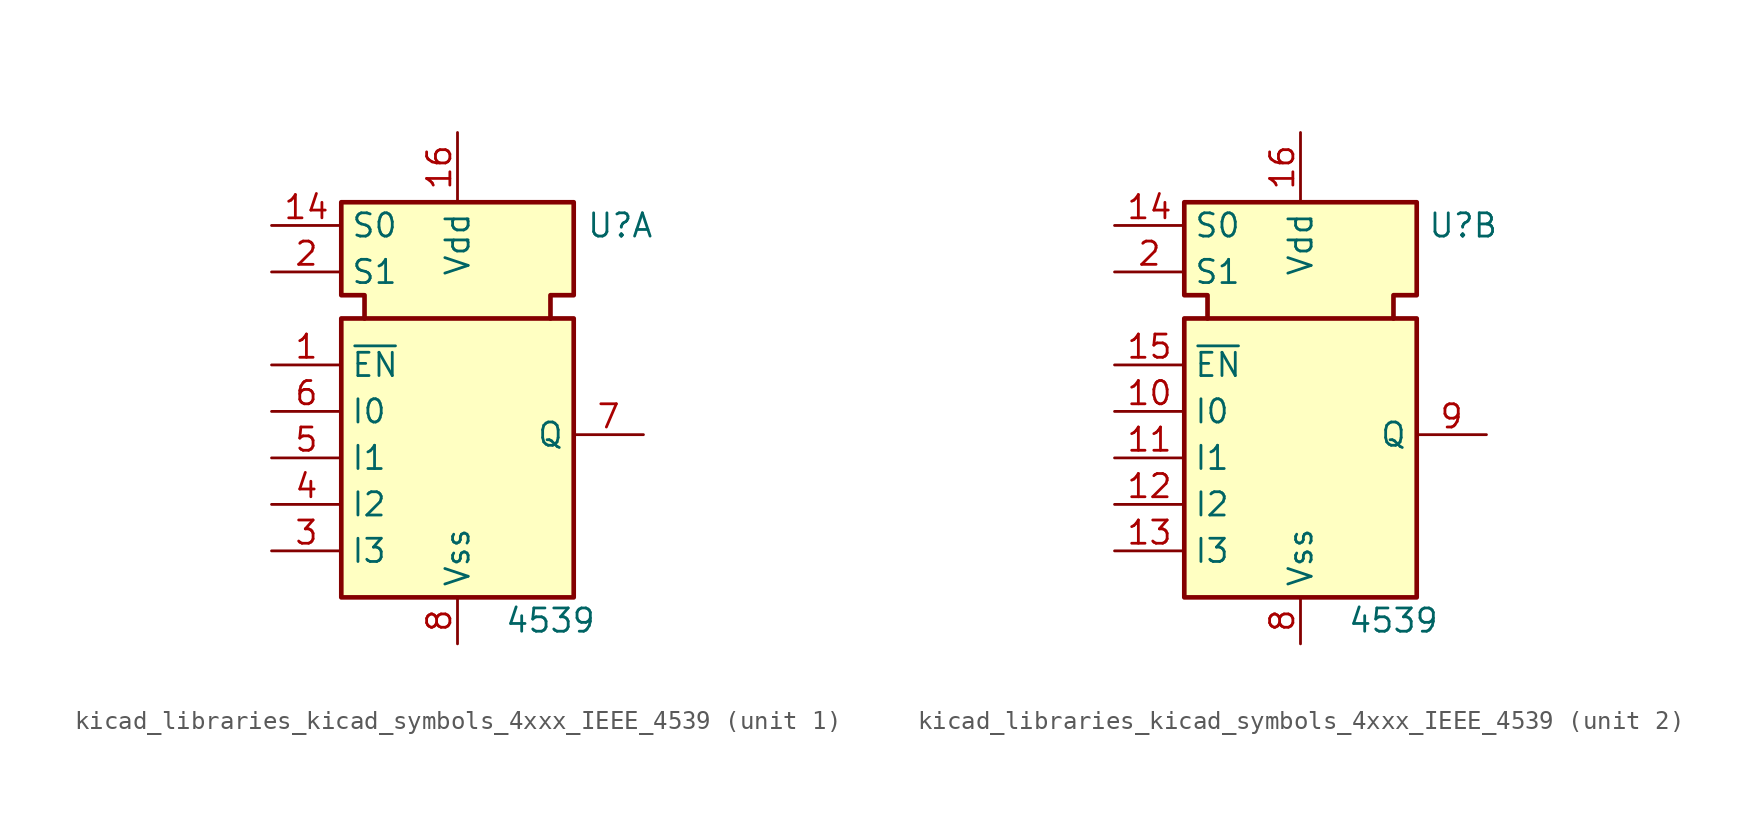
<source format=kicad_sym>
(kicad_symbol_lib
  (version 20220914)
  (generator kicad_symbol_editor)
  (symbol "kicad_libraries_kicad_symbols_4xxx_IEEE_4539"
    (property "Reference" "U"
      (at 8.89 10.16 0)
      (effects (font (size 1.27 1.27))))
    (property "Value" "4539"
      (at 5.08 -11.43 0)
      (effects (font (size 1.27 1.27))))
    (symbol "kicad_libraries_kicad_symbols_4xxx_IEEE_4539_0_1"
      (rectangle (start -6.35 5.08) (end 6.35 -10.16) (stroke (width 0.254) (type default)) (fill (type background)))
      (polyline (pts (xy -5.08 5.08) (xy -5.08 6.35) (xy -6.35 6.35) (xy -6.35 11.43) (xy 6.35 11.43) (xy 6.35 6.35) (xy 5.08 6.35) (xy 5.08 5.08) (xy 5.08 5.08)) (stroke (width 0.254) (type default)) (fill (type background)))
      (pin input line (at -10.16 10.16 0) (length 3.81) (name "S0" (effects (font (size 1.27 1.27)))) (number "14" (effects (font (size 1.27 1.27)))))
      (pin power_in line (at 0 15.24 270) (length 3.81) (name "Vdd" (effects (font (size 1.27 1.27)))) (number "16" (effects (font (size 1.27 1.27)))))
      (pin input line (at -10.16 7.62 0) (length 3.81) (name "S1" (effects (font (size 1.27 1.27)))) (number "2" (effects (font (size 1.27 1.27)))))
      (pin power_in line (at 0 -12.7 90) (length 2.54) (name "Vss" (effects (font (size 1.27 1.27)))) (number "8" (effects (font (size 1.27 1.27))))))
    (symbol "kicad_libraries_kicad_symbols_4xxx_IEEE_4539_1_1"
      (pin input line (at -10.16 2.54 0) (length 3.81) (name "~{EN}" (effects (font (size 1.27 1.27)))) (number "1" (effects (font (size 1.27 1.27)))))
      (pin input line (at -10.16 -7.62 0) (length 3.81) (name "I3" (effects (font (size 1.27 1.27)))) (number "3" (effects (font (size 1.27 1.27)))))
      (pin input line (at -10.16 -5.08 0) (length 3.81) (name "I2" (effects (font (size 1.27 1.27)))) (number "4" (effects (font (size 1.27 1.27)))))
      (pin input line (at -10.16 -2.54 0) (length 3.81) (name "I1" (effects (font (size 1.27 1.27)))) (number "5" (effects (font (size 1.27 1.27)))))
      (pin input line (at -10.16 0 0) (length 3.81) (name "I0" (effects (font (size 1.27 1.27)))) (number "6" (effects (font (size 1.27 1.27)))))
      (pin output line (at 10.16 -1.27 180) (length 3.81) (name "Q" (effects (font (size 1.27 1.27)))) (number "7" (effects (font (size 1.27 1.27))))))
    (symbol "kicad_libraries_kicad_symbols_4xxx_IEEE_4539_2_1"
      (pin input line (at -10.16 0 0) (length 3.81) (name "I0" (effects (font (size 1.27 1.27)))) (number "10" (effects (font (size 1.27 1.27)))))
      (pin input line (at -10.16 -2.54 0) (length 3.81) (name "I1" (effects (font (size 1.27 1.27)))) (number "11" (effects (font (size 1.27 1.27)))))
      (pin input line (at -10.16 -5.08 0) (length 3.81) (name "I2" (effects (font (size 1.27 1.27)))) (number "12" (effects (font (size 1.27 1.27)))))
      (pin input line (at -10.16 -7.62 0) (length 3.81) (name "I3" (effects (font (size 1.27 1.27)))) (number "13" (effects (font (size 1.27 1.27)))))
      (pin input line (at -10.16 2.54 0) (length 3.81) (name "~{EN}" (effects (font (size 1.27 1.27)))) (number "15" (effects (font (size 1.27 1.27)))))
      (pin output line (at 10.16 -1.27 180) (length 3.81) (name "Q" (effects (font (size 1.27 1.27)))) (number "9" (effects (font (size 1.27 1.27))))))))
</source>
